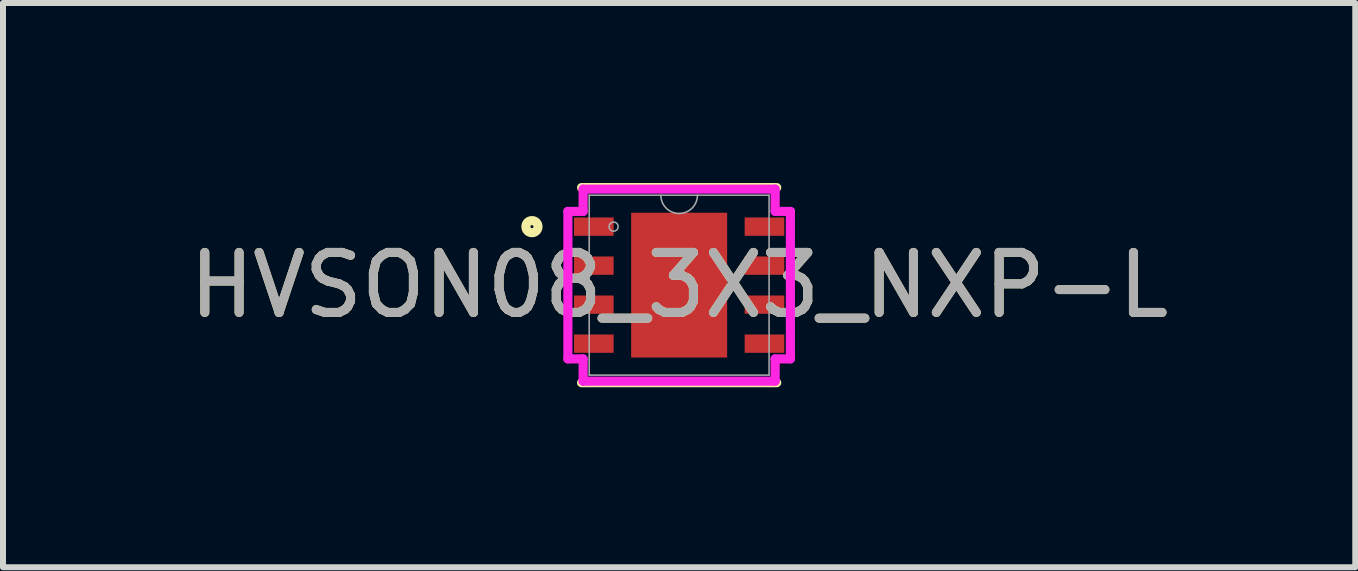
<source format=kicad_pcb>
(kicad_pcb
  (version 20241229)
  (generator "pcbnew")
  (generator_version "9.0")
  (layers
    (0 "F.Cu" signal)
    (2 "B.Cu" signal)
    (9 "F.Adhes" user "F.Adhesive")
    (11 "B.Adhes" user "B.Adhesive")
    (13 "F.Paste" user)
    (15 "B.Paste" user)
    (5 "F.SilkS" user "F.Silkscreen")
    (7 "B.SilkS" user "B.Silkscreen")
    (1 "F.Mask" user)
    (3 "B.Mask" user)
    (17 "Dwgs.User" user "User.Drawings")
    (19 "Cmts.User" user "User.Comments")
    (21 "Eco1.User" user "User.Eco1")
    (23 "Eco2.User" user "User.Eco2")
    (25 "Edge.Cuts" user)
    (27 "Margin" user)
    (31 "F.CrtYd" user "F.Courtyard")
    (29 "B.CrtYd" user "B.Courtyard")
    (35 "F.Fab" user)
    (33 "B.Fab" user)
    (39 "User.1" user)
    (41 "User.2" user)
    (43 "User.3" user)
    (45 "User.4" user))
  (footprint "HVSON08_3X3_NXP-L"
    (layer "F.Cu")
    (at 8.268 1.702)
    (property "Reference" "HVSON08_3X3_NXP-L" (at 0 0 0) (unlocked yes) (layer "F.SilkS") (effects (font (size 1 1) (thickness 0.15))))
    (attr smd)
    (fp_line (start -1.626 1.626) (end 1.626 1.626) (stroke (width 0.152) (type solid)) (layer "F.SilkS"))
    (fp_line (start 1.626 -1.626) (end -1.626 -1.626) (stroke (width 0.152) (type solid)) (layer "F.SilkS"))
    (fp_circle (center -2.453 -0.975) (end -2.352 -0.975) (stroke (width 0.152) (type solid)) (fill no) (layer "F.SilkS"))
    (fp_line (start -1.854 -1.229) (end -1.6 -1.229) (stroke (width 0.152) (type solid)) (layer "F.CrtYd"))
    (fp_line (start -1.854 1.229) (end -1.854 -1.229) (stroke (width 0.152) (type solid)) (layer "F.CrtYd"))
    (fp_line (start -1.854 1.229) (end -1.6 1.229) (stroke (width 0.152) (type solid)) (layer "F.CrtYd"))
    (fp_line (start -1.6 -1.6) (end 1.6 -1.6) (stroke (width 0.152) (type solid)) (layer "F.CrtYd"))
    (fp_line (start -1.6 -1.229) (end -1.6 -1.6) (stroke (width 0.152) (type solid)) (layer "F.CrtYd"))
    (fp_line (start -1.6 1.6) (end -1.6 1.229) (stroke (width 0.152) (type solid)) (layer "F.CrtYd"))
    (fp_line (start 1.6 -1.6) (end 1.6 -1.229) (stroke (width 0.152) (type solid)) (layer "F.CrtYd"))
    (fp_line (start 1.6 1.229) (end 1.6 1.6) (stroke (width 0.152) (type solid)) (layer "F.CrtYd"))
    (fp_line (start 1.6 1.6) (end -1.6 1.6) (stroke (width 0.152) (type solid)) (layer "F.CrtYd"))
    (fp_line (start 1.854 -1.229) (end 1.6 -1.229) (stroke (width 0.152) (type solid)) (layer "F.CrtYd"))
    (fp_line (start 1.854 -1.229) (end 1.854 1.229) (stroke (width 0.152) (type solid)) (layer "F.CrtYd"))
    (fp_line (start 1.854 1.229) (end 1.6 1.229) (stroke (width 0.152) (type solid)) (layer "F.CrtYd"))
    (fp_line (start -1.499 -1.499) (end -1.499 1.499) (stroke (width 0.025) (type solid)) (layer "F.Fab"))
    (fp_line (start -1.499 1.499) (end 1.499 1.499) (stroke (width 0.025) (type solid)) (layer "F.Fab"))
    (fp_line (start 1.499 -1.499) (end -1.499 -1.499) (stroke (width 0.025) (type solid)) (layer "F.Fab"))
    (fp_line (start 1.499 1.499) (end 1.499 -1.499) (stroke (width 0.025) (type solid)) (layer "F.Fab"))
    (fp_arc (start 0.3048 -1.4986) (mid 0 -1.1938) (end -0.3048 -1.4986) (stroke (width 0.0254) (type solid)) (layer "F.Fab"))
    (fp_circle (center -1.092 -0.975) (end -1.016 -0.975) (stroke (width 0.025) (type solid)) (fill no) (layer "F.Fab"))
    (fp_text user "${REFERENCE}" (at 0 0 0) (unlocked yes) (layer "F.Fab") (effects (font (size 1 1) (thickness 0.15))))
    (pad "1" smd rect (at -1.422 -0.975) (size 0.66 0.305) (layers "F.Cu" "F.Mask" "F.Paste"))
    (pad "2" smd rect (at -1.422 -0.325) (size 0.66 0.305) (layers "F.Cu" "F.Mask" "F.Paste"))
    (pad "3" smd rect (at -1.422 0.325) (size 0.66 0.305) (layers "F.Cu" "F.Mask" "F.Paste"))
    (pad "4" smd rect (at -1.422 0.975) (size 0.66 0.305) (layers "F.Cu" "F.Mask" "F.Paste"))
    (pad "5" smd rect (at 1.422 0.975) (size 0.66 0.305) (layers "F.Cu" "F.Mask" "F.Paste"))
    (pad "6" smd rect (at 1.422 0.325) (size 0.66 0.305) (layers "F.Cu" "F.Mask" "F.Paste"))
    (pad "7" smd rect (at 1.422 -0.325) (size 0.66 0.305) (layers "F.Cu" "F.Mask" "F.Paste"))
    (pad "8" smd rect (at 1.422 -0.975) (size 0.66 0.305) (layers "F.Cu" "F.Mask" "F.Paste"))
    (pad "9" smd rect (at 0 0) (size 1.6 2.413) (layers "F.Cu" "F.Mask" "F.Paste")))
  (gr_rect
    (start -3 -3)
    (end 19.536 6.404)
    (stroke (width 0.1) (type default))
    (fill no)
    (layer "Edge.Cuts")))
</source>
